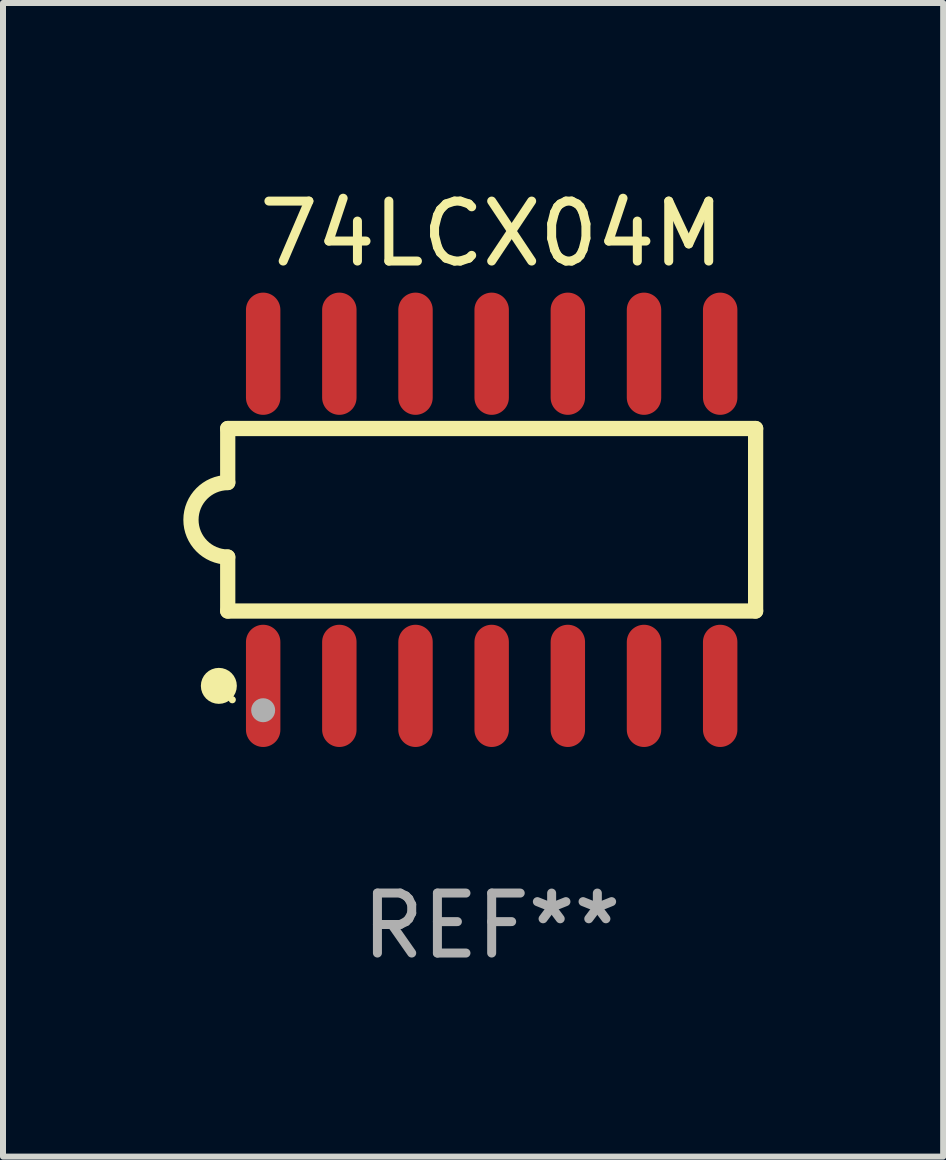
<source format=kicad_pcb>
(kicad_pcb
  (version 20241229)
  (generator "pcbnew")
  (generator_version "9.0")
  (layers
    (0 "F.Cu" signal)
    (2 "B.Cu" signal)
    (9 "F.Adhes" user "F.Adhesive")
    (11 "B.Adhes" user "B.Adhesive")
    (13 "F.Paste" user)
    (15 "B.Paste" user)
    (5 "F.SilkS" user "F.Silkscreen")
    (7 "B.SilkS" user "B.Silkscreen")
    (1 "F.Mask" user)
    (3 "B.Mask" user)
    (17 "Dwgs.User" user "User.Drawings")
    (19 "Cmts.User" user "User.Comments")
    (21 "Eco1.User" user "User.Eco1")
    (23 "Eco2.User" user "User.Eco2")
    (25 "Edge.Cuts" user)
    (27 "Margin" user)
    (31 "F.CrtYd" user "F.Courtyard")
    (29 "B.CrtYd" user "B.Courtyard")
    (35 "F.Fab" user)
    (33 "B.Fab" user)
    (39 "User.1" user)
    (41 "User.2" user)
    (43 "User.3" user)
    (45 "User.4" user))
  (footprint "74LCX04M"
    (layer "F.Cu")
    (at 5.148 5.617)
    (property "Reference" "74LCX04M" (at 0 -4.769 0) (layer "F.SilkS") (effects (font (size 1 1) (thickness 0.15))))
    (attr through_hole)
    (fp_line (start -4.401 -1.522) (end -4.401 -0.622) (stroke (width 0.254) (type solid)) (layer "F.SilkS"))
    (fp_line (start -4.401 -1.522) (end 4.401 -1.522) (stroke (width 0.254) (type solid)) (layer "F.SilkS"))
    (fp_line (start -4.401 1.521) (end -4.401 0.621) (stroke (width 0.254) (type solid)) (layer "F.SilkS"))
    (fp_line (start 4.401 -1.522) (end 4.401 1.521) (stroke (width 0.254) (type solid)) (layer "F.SilkS"))
    (fp_line (start 4.401 1.521) (end -4.401 1.521) (stroke (width 0.254) (type solid)) (layer "F.SilkS"))
    (fp_arc (start -4.401219 0.621311) (mid -5.021261 -0.000419) (end -4.400101 -0.621032) (stroke (width 0.254001) (type solid)) (layer "F.SilkS"))
    (fp_circle (center -4.549 2.769) (end -4.399 2.769) (stroke (width 0.3) (type solid)) (fill no) (layer "F.SilkS"))
    (fp_circle (center -4.325 3) (end -4.295 3) (stroke (width 0.06) (type solid)) (fill no) (layer "F.SilkS"))
    (fp_circle (center -3.81 3.175) (end -3.71 3.175) (stroke (width 0.2) (type solid)) (fill no) (layer "F.Fab"))
    (fp_text user "REF**" (at 0 6.769 0) (layer "F.Fab") (effects (font (size 1 1) (thickness 0.15))))
    (pad "1" smd oval (at -3.81 2.769) (size 0.574 2.038) (layers "F.Cu" "F.Mask" "F.Paste"))
    (pad "2" smd oval (at -2.54 2.769) (size 0.574 2.038) (layers "F.Cu" "F.Mask" "F.Paste"))
    (pad "3" smd oval (at -1.27 2.769) (size 0.574 2.038) (layers "F.Cu" "F.Mask" "F.Paste"))
    (pad "4" smd oval (at -0.000051 2.769) (size 0.574 2.038) (layers "F.Cu" "F.Mask" "F.Paste"))
    (pad "5" smd oval (at 1.27 2.769) (size 0.574 2.038) (layers "F.Cu" "F.Mask" "F.Paste"))
    (pad "6" smd oval (at 2.54 2.769) (size 0.574 2.038) (layers "F.Cu" "F.Mask" "F.Paste"))
    (pad "7" smd oval (at 3.81 2.769) (size 0.574 2.038) (layers "F.Cu" "F.Mask" "F.Paste"))
    (pad "8" smd oval (at 3.81 -2.769) (size 0.574 2.038) (layers "F.Cu" "F.Mask" "F.Paste"))
    (pad "9" smd oval (at 2.54 -2.769) (size 0.574 2.038) (layers "F.Cu" "F.Mask" "F.Paste"))
    (pad "10" smd oval (at 1.27 -2.769) (size 0.574 2.038) (layers "F.Cu" "F.Mask" "F.Paste"))
    (pad "11" smd oval (at -0.000051 -2.769) (size 0.574 2.038) (layers "F.Cu" "F.Mask" "F.Paste"))
    (pad "12" smd oval (at -1.27 -2.769) (size 0.574 2.038) (layers "F.Cu" "F.Mask" "F.Paste"))
    (pad "13" smd oval (at -2.54 -2.769) (size 0.574 2.038) (layers "F.Cu" "F.Mask" "F.Paste"))
    (pad "14" smd oval (at -3.81 -2.769) (size 0.574 2.038) (layers "F.Cu" "F.Mask" "F.Paste")))
  (gr_rect
    (start -3 -3)
    (end 12.676 16.235)
    (stroke (width 0.1) (type default))
    (fill no)
    (layer "Edge.Cuts")))
</source>
